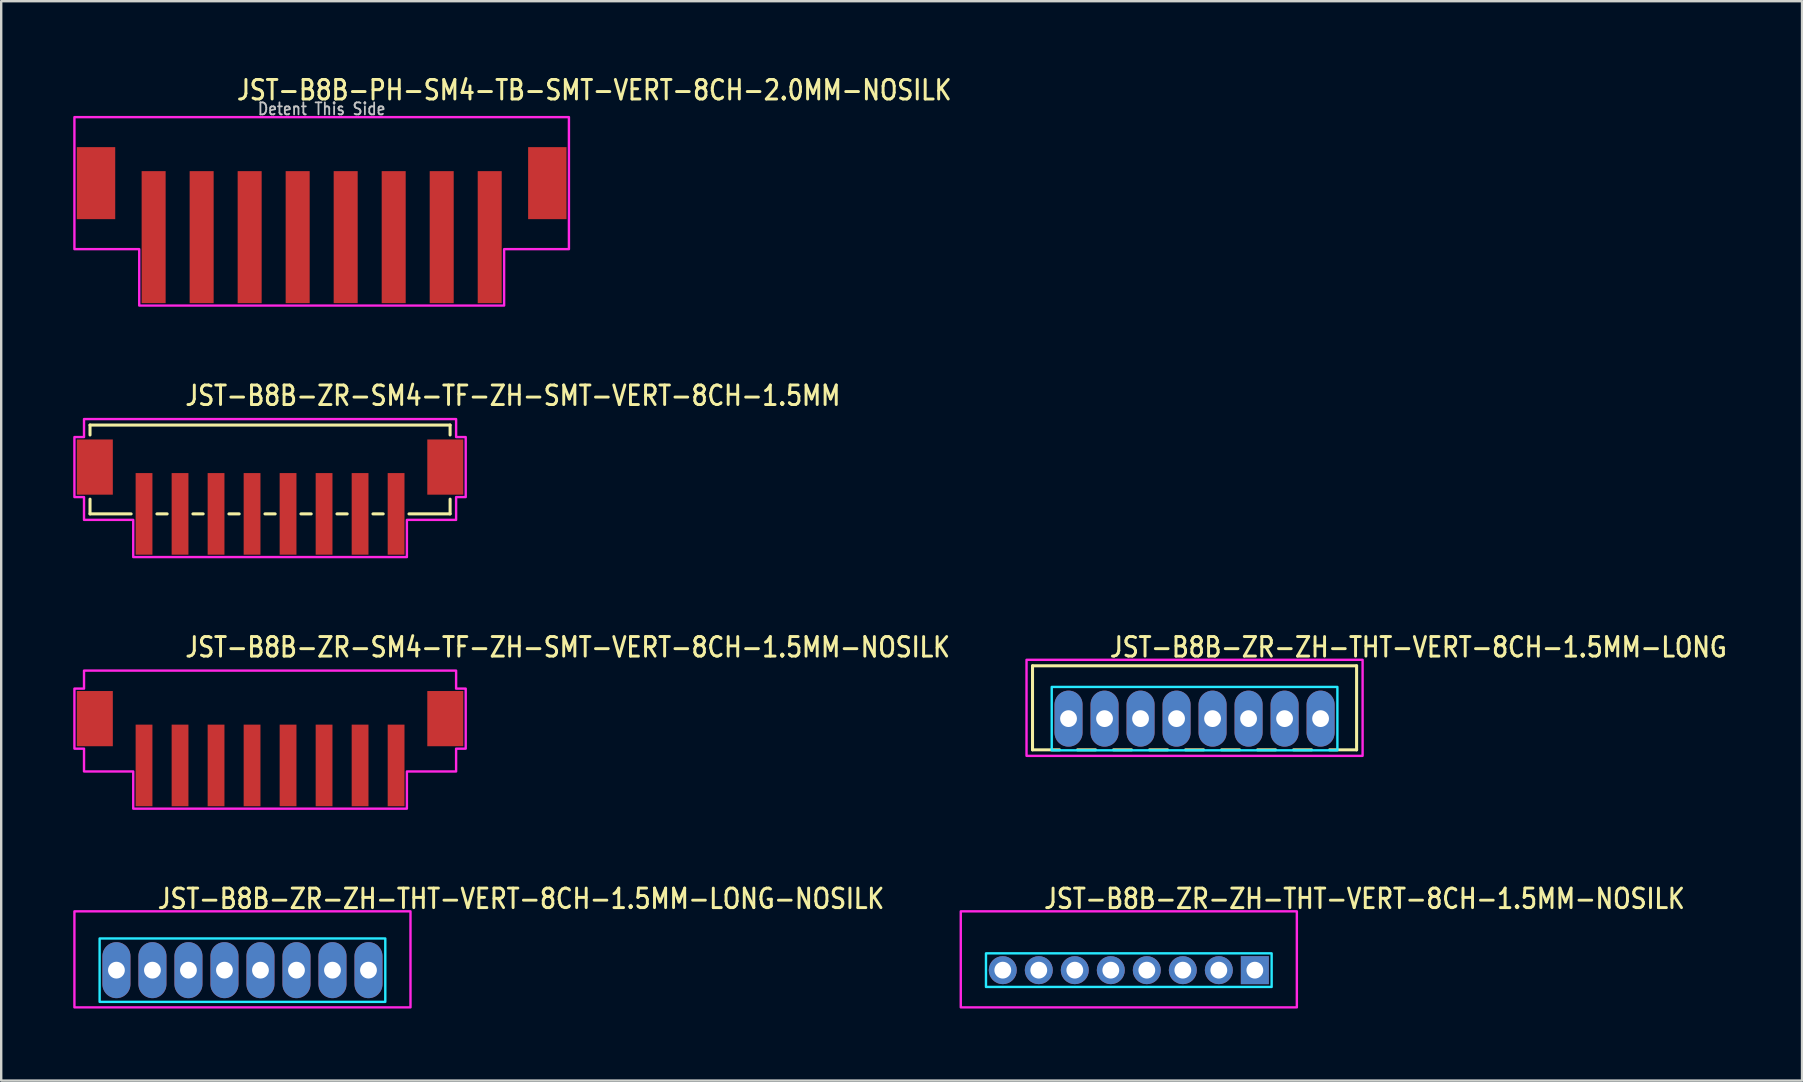
<source format=kicad_pcb>
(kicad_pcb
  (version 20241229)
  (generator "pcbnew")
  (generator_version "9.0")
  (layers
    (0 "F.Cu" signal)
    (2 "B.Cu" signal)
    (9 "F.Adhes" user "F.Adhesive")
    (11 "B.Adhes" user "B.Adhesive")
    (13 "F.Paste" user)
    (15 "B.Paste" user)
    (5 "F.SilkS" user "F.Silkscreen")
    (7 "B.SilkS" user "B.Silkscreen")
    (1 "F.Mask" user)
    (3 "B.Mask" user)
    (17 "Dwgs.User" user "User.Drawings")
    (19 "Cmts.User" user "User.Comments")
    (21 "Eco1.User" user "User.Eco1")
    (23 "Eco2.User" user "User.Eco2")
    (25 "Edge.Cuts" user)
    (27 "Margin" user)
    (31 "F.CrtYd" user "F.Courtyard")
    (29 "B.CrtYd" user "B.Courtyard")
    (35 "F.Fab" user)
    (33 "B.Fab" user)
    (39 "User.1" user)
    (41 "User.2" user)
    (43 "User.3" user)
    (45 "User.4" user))
  (footprint "JST-B8B-ZR-SM4-TF-ZH-SMT-VERT-8CH-1.5MM-NOSILK"
    (layer "F.Cu")
    (at 8.2 26.886)
    (property "Reference" "JST-B8B-ZR-SM4-TF-ZH-SMT-VERT-8CH-1.5MM-NOSILK" (at -3.6 -2.5 0) (unlocked yes) (layer "F.SilkS") (effects (font (size 0.813 0.695) (thickness 0.122)) (justify left bottom)))
    (fp_poly (pts (xy -7.75 -2) (xy -7.75 -1.25) (xy -8.15 -1.25) (xy -8.15 1.25) (xy -7.75 1.25) (xy -7.75 2.2) (xy -5.7 2.2) (xy -5.7 3.75) (xy 5.7 3.75) (xy 5.7 2.2) (xy 7.75 2.2) (xy 7.75 1.25) (xy 8.15 1.25) (xy 8.15 -1.25) (xy 7.75 -1.25) (xy 7.75 -2)) (stroke (width 0.1) (type solid)) (fill no) (layer "F.CrtYd"))
    (pad "1" smd rect (at -5.25 1.95) (size 0.7 3.4) (layers "F.Cu" "F.Mask" "F.Paste"))
    (pad "2" smd rect (at -3.75 1.95) (size 0.7 3.4) (layers "F.Cu" "F.Mask" "F.Paste"))
    (pad "3" smd rect (at -2.25 1.95) (size 0.7 3.4) (layers "F.Cu" "F.Mask" "F.Paste"))
    (pad "4" smd rect (at -0.75 1.95) (size 0.7 3.4) (layers "F.Cu" "F.Mask" "F.Paste"))
    (pad "5" smd rect (at 0.75 1.95) (size 0.7 3.4) (layers "F.Cu" "F.Mask" "F.Paste"))
    (pad "6" smd rect (at 2.25 1.95) (size 0.7 3.4) (layers "F.Cu" "F.Mask" "F.Paste"))
    (pad "7" smd rect (at 3.75 1.95) (size 0.7 3.4) (layers "F.Cu" "F.Mask" "F.Paste"))
    (pad "8" smd rect (at 5.25 1.95) (size 0.7 3.4) (layers "F.Cu" "F.Mask" "F.Paste"))
    (pad "9" smd rect (at 7.3 0) (size 1.5 2.3) (layers "F.Cu" "F.Mask" "F.Paste"))
    (pad "10" smd rect (at -7.3 0) (size 1.5 2.3) (layers "F.Cu" "F.Mask" "F.Paste")))
  (footprint "JST-B8B-ZR-ZH-THT-VERT-8CH-1.5MM-LONG-NOSILK"
    (layer "F.Cu")
    (at 7.05 37.364)
    (property "Reference" "JST-B8B-ZR-ZH-THT-VERT-8CH-1.5MM-LONG-NOSILK" (at -3.6 -2.5 0) (unlocked yes) (layer "F.SilkS") (effects (font (size 0.813 0.695) (thickness 0.122)) (justify left bottom)))
    (fp_poly (pts (xy -5.95 -1.32) (xy -5.95 1.32) (xy 5.95 1.32) (xy 5.95 -1.32)) (stroke (width 0.1) (type solid)) (fill no) (layer "B.CrtYd"))
    (fp_poly (pts (xy -7 -2.45) (xy -7 1.55) (xy 7 1.55) (xy 7 -2.45)) (stroke (width 0.1) (type solid)) (fill no) (layer "F.CrtYd"))
    (pad "1" thru_hole oval (at 5.25 0 90) (size 2.333 1.167) (drill 0.7) (layers "*.Cu" "*.Mask"))
    (pad "2" thru_hole oval (at 3.75 0 90) (size 2.333 1.167) (drill 0.7) (layers "*.Cu" "*.Mask"))
    (pad "3" thru_hole oval (at 2.25 0 90) (size 2.333 1.167) (drill 0.7) (layers "*.Cu" "*.Mask"))
    (pad "4" thru_hole oval (at 0.75 0 90) (size 2.333 1.167) (drill 0.7) (layers "*.Cu" "*.Mask"))
    (pad "5" thru_hole oval (at -0.75 0 90) (size 2.333 1.167) (drill 0.7) (layers "*.Cu" "*.Mask"))
    (pad "6" thru_hole oval (at -2.25 0 90) (size 2.333 1.167) (drill 0.7) (layers "*.Cu" "*.Mask"))
    (pad "7" thru_hole oval (at -3.75 0 90) (size 2.333 1.167) (drill 0.7) (layers "*.Cu" "*.Mask"))
    (pad "8" thru_hole oval (at -5.25 0 90) (size 2.333 1.167) (drill 0.7) (layers "*.Cu" "*.Mask")))
  (footprint "JST-B8B-ZR-SM4-TF-ZH-SMT-VERT-8CH-1.5MM"
    (layer "F.Cu")
    (at 8.2 16.407)
    (property "Reference" "JST-B8B-ZR-SM4-TF-ZH-SMT-VERT-8CH-1.5MM" (at -3.6 -2.5 0) (unlocked yes) (layer "F.SilkS") (effects (font (size 0.813 0.695) (thickness 0.122)) (justify left bottom)))
    (fp_line (start -7.5 -1.75) (end -7.5 -1.337) (stroke (width 0.127) (type solid)) (layer "F.SilkS"))
    (fp_line (start -7.5 -1.75) (end 7.5 -1.75) (stroke (width 0.127) (type solid)) (layer "F.SilkS"))
    (fp_line (start -7.5 1.95) (end -7.5 1.337) (stroke (width 0.127) (type solid)) (layer "F.SilkS"))
    (fp_line (start -7.5 1.95) (end -5.787 1.95) (stroke (width 0.127) (type solid)) (layer "F.SilkS"))
    (fp_line (start -4.713 1.95) (end -4.287 1.95) (stroke (width 0.127) (type solid)) (layer "F.SilkS"))
    (fp_line (start -3.213 1.95) (end -2.787 1.95) (stroke (width 0.127) (type solid)) (layer "F.SilkS"))
    (fp_line (start -1.714 1.95) (end -1.286 1.95) (stroke (width 0.127) (type solid)) (layer "F.SilkS"))
    (fp_line (start -0.213 1.95) (end 0.213 1.95) (stroke (width 0.127) (type solid)) (layer "F.SilkS"))
    (fp_line (start 1.286 1.95) (end 1.714 1.95) (stroke (width 0.127) (type solid)) (layer "F.SilkS"))
    (fp_line (start 2.787 1.95) (end 3.213 1.95) (stroke (width 0.127) (type solid)) (layer "F.SilkS"))
    (fp_line (start 4.287 1.95) (end 4.713 1.95) (stroke (width 0.127) (type solid)) (layer "F.SilkS"))
    (fp_line (start 5.787 1.95) (end 7.5 1.95) (stroke (width 0.127) (type solid)) (layer "F.SilkS"))
    (fp_line (start 7.5 -1.337) (end 7.5 -1.75) (stroke (width 0.127) (type solid)) (layer "F.SilkS"))
    (fp_line (start 7.5 1.337) (end 7.5 1.95) (stroke (width 0.127) (type solid)) (layer "F.SilkS"))
    (fp_poly (pts (xy -7.75 -2) (xy -7.75 -1.25) (xy -8.15 -1.25) (xy -8.15 1.25) (xy -7.75 1.25) (xy -7.75 2.2) (xy -5.7 2.2) (xy -5.7 3.75) (xy 5.7 3.75) (xy 5.7 2.2) (xy 7.75 2.2) (xy 7.75 1.25) (xy 8.15 1.25) (xy 8.15 -1.25) (xy 7.75 -1.25) (xy 7.75 -2)) (stroke (width 0.1) (type solid)) (fill no) (layer "F.CrtYd"))
    (pad "1" smd rect (at -5.25 1.95) (size 0.7 3.4) (layers "F.Cu" "F.Mask" "F.Paste"))
    (pad "2" smd rect (at -3.75 1.95) (size 0.7 3.4) (layers "F.Cu" "F.Mask" "F.Paste"))
    (pad "3" smd rect (at -2.25 1.95) (size 0.7 3.4) (layers "F.Cu" "F.Mask" "F.Paste"))
    (pad "4" smd rect (at -0.75 1.95) (size 0.7 3.4) (layers "F.Cu" "F.Mask" "F.Paste"))
    (pad "5" smd rect (at 0.75 1.95) (size 0.7 3.4) (layers "F.Cu" "F.Mask" "F.Paste"))
    (pad "6" smd rect (at 2.25 1.95) (size 0.7 3.4) (layers "F.Cu" "F.Mask" "F.Paste"))
    (pad "7" smd rect (at 3.75 1.95) (size 0.7 3.4) (layers "F.Cu" "F.Mask" "F.Paste"))
    (pad "8" smd rect (at 5.25 1.95) (size 0.7 3.4) (layers "F.Cu" "F.Mask" "F.Paste"))
    (pad "S_9" smd rect (at 7.3 0) (size 1.5 2.3) (layers "F.Cu" "F.Mask" "F.Paste"))
    (pad "S_10" smd rect (at -7.3 0) (size 1.5 2.3) (layers "F.Cu" "F.Mask" "F.Paste")))
  (footprint "JST-B8B-ZR-ZH-THT-VERT-8CH-1.5MM-LONG"
    (layer "F.Cu")
    (at 46.712 26.886)
    (property "Reference" "JST-B8B-ZR-ZH-THT-VERT-8CH-1.5MM-LONG" (at -3.6 -2.5 0) (unlocked yes) (layer "F.SilkS") (effects (font (size 0.813 0.695) (thickness 0.122)) (justify left bottom)))
    (fp_line (start -6.75 -2.2) (end 6.75 -2.2) (stroke (width 0.127) (type solid)) (layer "F.SilkS"))
    (fp_line (start -6.75 1.3) (end -6.75 -2.2) (stroke (width 0.127) (type solid)) (layer "F.SilkS"))
    (fp_line (start -6.75 1.3) (end -5.625 1.3) (stroke (width 0.127) (type solid)) (layer "F.SilkS"))
    (fp_line (start -4.875 1.3) (end -4.125 1.3) (stroke (width 0.127) (type solid)) (layer "F.SilkS"))
    (fp_line (start -3.375 1.3) (end -2.625 1.3) (stroke (width 0.127) (type solid)) (layer "F.SilkS"))
    (fp_line (start -1.875 1.3) (end -1.125 1.3) (stroke (width 0.127) (type solid)) (layer "F.SilkS"))
    (fp_line (start -0.375 1.3) (end 0.375 1.3) (stroke (width 0.127) (type solid)) (layer "F.SilkS"))
    (fp_line (start 1.125 1.3) (end 1.875 1.3) (stroke (width 0.127) (type solid)) (layer "F.SilkS"))
    (fp_line (start 2.625 1.3) (end 3.375 1.3) (stroke (width 0.127) (type solid)) (layer "F.SilkS"))
    (fp_line (start 4.125 1.3) (end 4.875 1.3) (stroke (width 0.127) (type solid)) (layer "F.SilkS"))
    (fp_line (start 5.625 1.3) (end 6.75 1.3) (stroke (width 0.127) (type solid)) (layer "F.SilkS"))
    (fp_line (start 6.75 -2.2) (end 6.75 1.3) (stroke (width 0.127) (type solid)) (layer "F.SilkS"))
    (fp_poly (pts (xy -5.95 -1.32) (xy -5.95 1.32) (xy 5.95 1.32) (xy 5.95 -1.32)) (stroke (width 0.1) (type solid)) (fill no) (layer "B.CrtYd"))
    (fp_poly (pts (xy -7 -2.45) (xy -7 1.55) (xy 7 1.55) (xy 7 -2.45)) (stroke (width 0.1) (type solid)) (fill no) (layer "F.CrtYd"))
    (pad "1" thru_hole oval (at 5.25 0 90) (size 2.333 1.167) (drill 0.7) (layers "*.Cu" "*.Mask"))
    (pad "2" thru_hole oval (at 3.75 0 90) (size 2.333 1.167) (drill 0.7) (layers "*.Cu" "*.Mask"))
    (pad "3" thru_hole oval (at 2.25 0 90) (size 2.333 1.167) (drill 0.7) (layers "*.Cu" "*.Mask"))
    (pad "4" thru_hole oval (at 0.75 0 90) (size 2.333 1.167) (drill 0.7) (layers "*.Cu" "*.Mask"))
    (pad "5" thru_hole oval (at -0.75 0 90) (size 2.333 1.167) (drill 0.7) (layers "*.Cu" "*.Mask"))
    (pad "6" thru_hole oval (at -2.25 0 90) (size 2.333 1.167) (drill 0.7) (layers "*.Cu" "*.Mask"))
    (pad "7" thru_hole oval (at -3.75 0 90) (size 2.333 1.167) (drill 0.7) (layers "*.Cu" "*.Mask"))
    (pad "8" thru_hole oval (at -5.25 0 90) (size 2.333 1.167) (drill 0.7) (layers "*.Cu" "*.Mask")))
  (footprint "JST-B8B-PH-SM4-TB-SMT-VERT-8CH-2.0MM-NOSILK"
    (layer "F.Cu")
    (at 10.35 4.579)
    (property "Reference" "JST-B8B-PH-SM4-TB-SMT-VERT-8CH-2.0MM-NOSILK" (at -3.6 -3.4 0) (unlocked yes) (layer "F.SilkS") (effects (font (size 0.813 0.695) (thickness 0.122)) (justify left bottom)))
    (fp_poly (pts (xy -10.3 -2.75) (xy -10.3 2.75) (xy -7.6 2.75) (xy -7.6 5.1) (xy 7.6 5.1) (xy 7.6 2.75) (xy 10.3 2.75) (xy 10.3 -2.75)) (stroke (width 0.1) (type solid)) (fill no) (layer "F.CrtYd"))
    (fp_text user "Detent This Side" (at 0 -2.8 0) (unlocked yes) (layer "Dwgs.User") (effects (font (size 0.5 0.427) (thickness 0.075)) (justify bottom)))
    (pad "1" smd rect (at -7 2.25) (size 1 5.5) (layers "F.Cu" "F.Mask" "F.Paste"))
    (pad "2" smd rect (at -5 2.25) (size 1 5.5) (layers "F.Cu" "F.Mask" "F.Paste"))
    (pad "3" smd rect (at -3 2.25) (size 1 5.5) (layers "F.Cu" "F.Mask" "F.Paste"))
    (pad "4" smd rect (at -1 2.25) (size 1 5.5) (layers "F.Cu" "F.Mask" "F.Paste"))
    (pad "5" smd rect (at 1 2.25) (size 1 5.5) (layers "F.Cu" "F.Mask" "F.Paste"))
    (pad "6" smd rect (at 3 2.25) (size 1 5.5) (layers "F.Cu" "F.Mask" "F.Paste"))
    (pad "7" smd rect (at 5 2.25) (size 1 5.5) (layers "F.Cu" "F.Mask" "F.Paste"))
    (pad "8" smd rect (at 7 2.25) (size 1 5.5) (layers "F.Cu" "F.Mask" "F.Paste"))
    (pad "S_1" smd rect (at -9.4 0) (size 1.6 3) (layers "F.Cu" "F.Mask" "F.Paste"))
    (pad "S_2" smd rect (at 9.4 0) (size 1.6 3) (layers "F.Cu" "F.Mask" "F.Paste")))
  (footprint "JST-B8B-ZR-ZH-THT-VERT-8CH-1.5MM-NOSILK"
    (layer "F.Cu")
    (at 43.973 37.364)
    (property "Reference" "JST-B8B-ZR-ZH-THT-VERT-8CH-1.5MM-NOSILK" (at -3.6 -2.5 0) (unlocked yes) (layer "F.SilkS") (effects (font (size 0.813 0.695) (thickness 0.122)) (justify left bottom)))
    (fp_poly (pts (xy -5.95 -0.7) (xy -5.95 0.7) (xy 5.95 0.7) (xy 5.95 -0.7)) (stroke (width 0.1) (type solid)) (fill no) (layer "B.CrtYd"))
    (fp_poly (pts (xy -7 -2.45) (xy -7 1.55) (xy 7 1.55) (xy 7 -2.45)) (stroke (width 0.1) (type solid)) (fill no) (layer "F.CrtYd"))
    (pad "1" thru_hole rect (at 5.25 0) (size 1.167 1.167) (drill 0.7) (layers "*.Cu" "*.Mask"))
    (pad "2" thru_hole oval (at 3.75 0) (size 1.167 1.167) (drill 0.7) (layers "*.Cu" "*.Mask"))
    (pad "3" thru_hole oval (at 2.25 0) (size 1.167 1.167) (drill 0.7) (layers "*.Cu" "*.Mask"))
    (pad "4" thru_hole oval (at 0.75 0) (size 1.167 1.167) (drill 0.7) (layers "*.Cu" "*.Mask"))
    (pad "5" thru_hole oval (at -0.75 0) (size 1.167 1.167) (drill 0.7) (layers "*.Cu" "*.Mask"))
    (pad "6" thru_hole oval (at -2.25 0) (size 1.167 1.167) (drill 0.7) (layers "*.Cu" "*.Mask"))
    (pad "7" thru_hole oval (at -3.75 0) (size 1.167 1.167) (drill 0.7) (layers "*.Cu" "*.Mask"))
    (pad "8" thru_hole oval (at -5.25 0) (size 1.167 1.167) (drill 0.7) (layers "*.Cu" "*.Mask")))
  (gr_rect
    (start -3 -3)
    (end 72.018 41.964)
    (stroke (width 0.1) (type default))
    (fill no)
    (layer "Edge.Cuts")))
</source>
